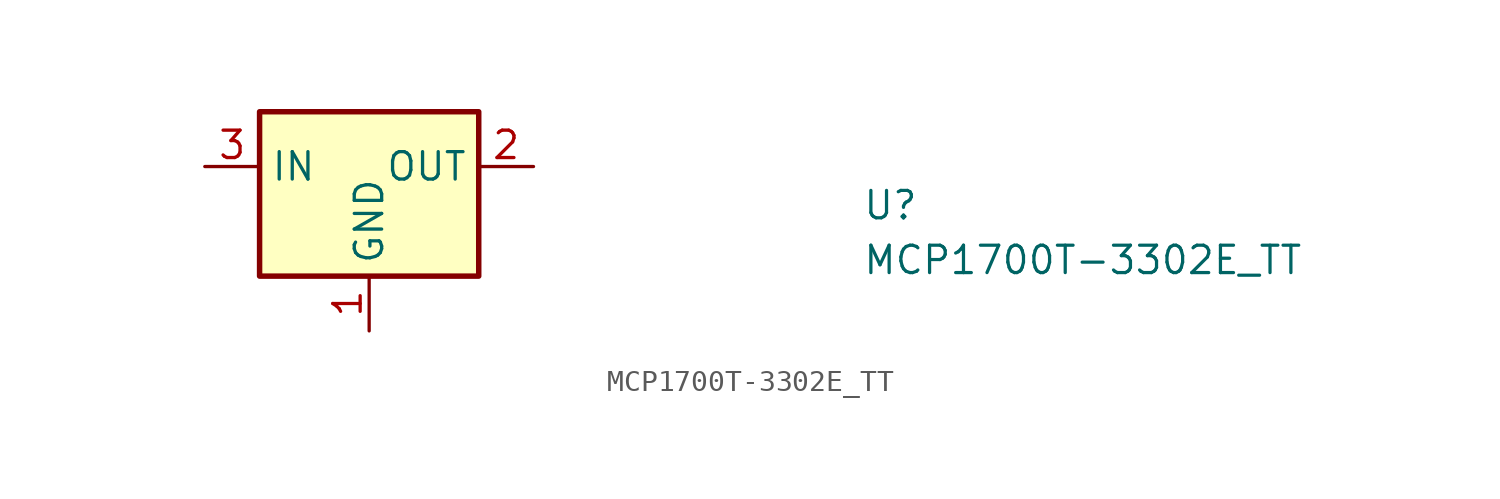
<source format=kicad_sym>
(kicad_symbol_lib
  (version 20211014)
  (generator kicad_symbol_editor)
  (symbol "MCP1700T-3302E_TT"
    (property "Reference" "U"
      (at 30.48 -2.54 0)
      (effects (font (size 1.27 1.27) (thickness 0.15)) (justify left bottom)))
    (property "Value" "MCP1700T-3302E_TT"
      (at 30.48 -5.08 0)
      (effects (font (size 1.27 1.27) (thickness 0.15)) (justify left bottom)))
    (symbol "MCP1700T-3302E_TT_1_1"
      (rectangle (start 2.54 2.54) (end 12.7 -5.08) (stroke (width 0.254) (type default) (color 0 0 0 0)) (fill (type background)))
      (pin power_in line (at 7.62 -7.62 90) (length 2.54) (name "GND" (effects (font (size 1.27 1.27)))) (number "1" (effects (font (size 1.27 1.27)))))
      (pin power_out line (at 15.24 0 180) (length 2.54) (name "OUT" (effects (font (size 1.27 1.27)))) (number "2" (effects (font (size 1.27 1.27)))))
      (pin power_in line (at 0 0 0) (length 2.54) (name "IN" (effects (font (size 1.27 1.27)))) (number "3" (effects (font (size 1.27 1.27))))))))
</source>
